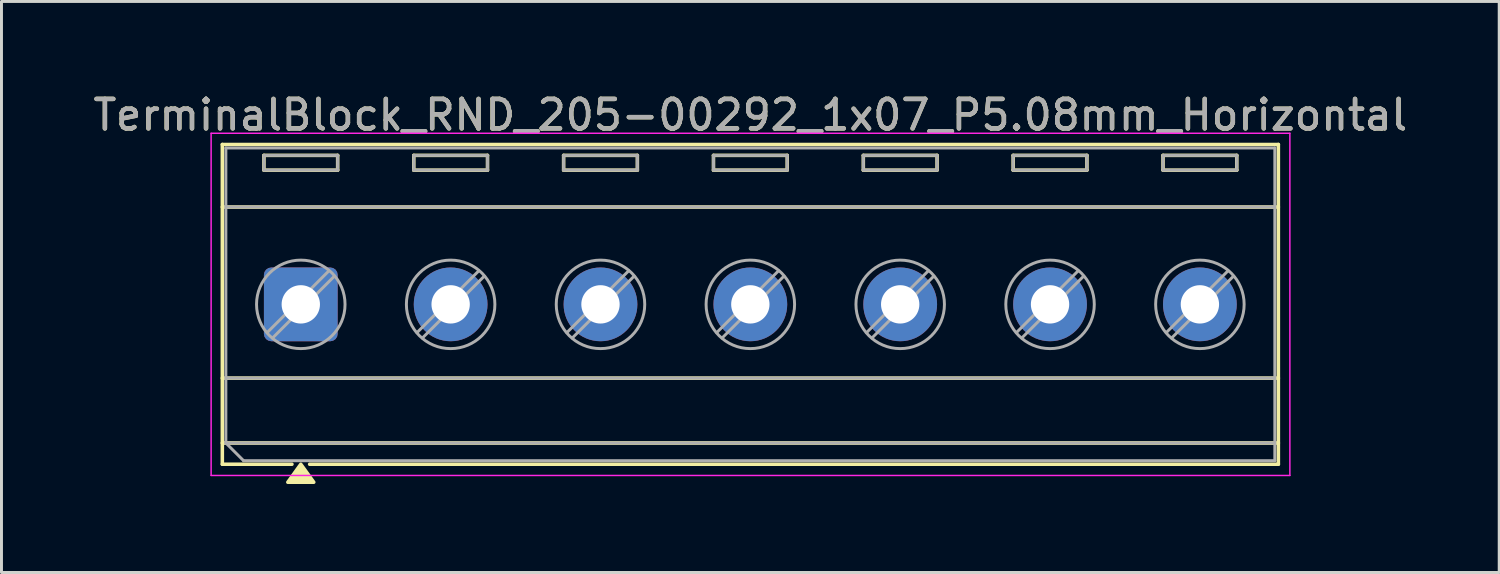
<source format=kicad_pcb>
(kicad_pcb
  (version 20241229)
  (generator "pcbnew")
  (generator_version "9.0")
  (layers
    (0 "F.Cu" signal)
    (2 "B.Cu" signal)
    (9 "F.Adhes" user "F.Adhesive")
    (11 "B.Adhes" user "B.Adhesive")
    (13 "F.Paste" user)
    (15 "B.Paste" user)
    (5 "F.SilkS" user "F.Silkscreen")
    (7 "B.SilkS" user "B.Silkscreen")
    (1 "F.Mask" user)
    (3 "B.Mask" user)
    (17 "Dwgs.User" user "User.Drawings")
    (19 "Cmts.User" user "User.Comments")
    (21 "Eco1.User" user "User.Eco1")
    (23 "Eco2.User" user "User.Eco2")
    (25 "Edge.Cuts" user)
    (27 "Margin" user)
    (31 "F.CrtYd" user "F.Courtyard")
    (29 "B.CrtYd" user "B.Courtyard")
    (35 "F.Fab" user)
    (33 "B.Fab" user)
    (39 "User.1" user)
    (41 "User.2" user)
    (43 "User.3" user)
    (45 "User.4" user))
  (footprint "TerminalBlock_RND_205-00292_1x07_P5.08mm_Horizontal"
    (layer "F.Cu")
    (at 7.147 7.268)
    (property "Reference" "TerminalBlock_RND_205-00292_1x07_P5.08mm_Horizontal" (at 15.24 -6.42 0) (layer "F.SilkS") (effects (font (size 1 1) (thickness 0.15))))
    (attr through_hole)
    (fp_line (start -2.66 -5.42) (end -2.66 5.42) (stroke (width 0.12) (type solid)) (layer "F.SilkS"))
    (fp_line (start -2.66 -5.42) (end 33.14 -5.42) (stroke (width 0.12) (type solid)) (layer "F.SilkS"))
    (fp_line (start -2.66 -3.3) (end 33.14 -3.3) (stroke (width 0.12) (type solid)) (layer "F.SilkS"))
    (fp_line (start -2.66 2.5) (end 33.14 2.5) (stroke (width 0.12) (type solid)) (layer "F.SilkS"))
    (fp_line (start -2.66 4.7) (end 33.14 4.7) (stroke (width 0.12) (type solid)) (layer "F.SilkS"))
    (fp_line (start -2.66 5.42) (end -0.3 5.42) (stroke (width 0.12) (type solid)) (layer "F.SilkS"))
    (fp_line (start -1.25 -5.05) (end -1.25 -4.55) (stroke (width 0.12) (type solid)) (layer "F.SilkS"))
    (fp_line (start -1.25 -5.05) (end 1.25 -5.05) (stroke (width 0.12) (type solid)) (layer "F.SilkS"))
    (fp_line (start -1.25 -4.55) (end 1.25 -4.55) (stroke (width 0.12) (type solid)) (layer "F.SilkS"))
    (fp_line (start 0.3 5.42) (end 33.14 5.42) (stroke (width 0.12) (type solid)) (layer "F.SilkS"))
    (fp_line (start 1.25 -5.05) (end 1.25 -4.55) (stroke (width 0.12) (type solid)) (layer "F.SilkS"))
    (fp_line (start 3.83 -5.05) (end 3.83 -4.55) (stroke (width 0.12) (type solid)) (layer "F.SilkS"))
    (fp_line (start 3.83 -5.05) (end 6.33 -5.05) (stroke (width 0.12) (type solid)) (layer "F.SilkS"))
    (fp_line (start 3.83 -4.55) (end 6.33 -4.55) (stroke (width 0.12) (type solid)) (layer "F.SilkS"))
    (fp_line (start 6.33 -5.05) (end 6.33 -4.55) (stroke (width 0.12) (type solid)) (layer "F.SilkS"))
    (fp_line (start 8.91 -5.05) (end 8.91 -4.55) (stroke (width 0.12) (type solid)) (layer "F.SilkS"))
    (fp_line (start 8.91 -5.05) (end 11.41 -5.05) (stroke (width 0.12) (type solid)) (layer "F.SilkS"))
    (fp_line (start 8.91 -4.55) (end 11.41 -4.55) (stroke (width 0.12) (type solid)) (layer "F.SilkS"))
    (fp_line (start 11.41 -5.05) (end 11.41 -4.55) (stroke (width 0.12) (type solid)) (layer "F.SilkS"))
    (fp_line (start 13.99 -5.05) (end 13.99 -4.55) (stroke (width 0.12) (type solid)) (layer "F.SilkS"))
    (fp_line (start 13.99 -5.05) (end 16.49 -5.05) (stroke (width 0.12) (type solid)) (layer "F.SilkS"))
    (fp_line (start 13.99 -4.55) (end 16.49 -4.55) (stroke (width 0.12) (type solid)) (layer "F.SilkS"))
    (fp_line (start 16.49 -5.05) (end 16.49 -4.55) (stroke (width 0.12) (type solid)) (layer "F.SilkS"))
    (fp_line (start 19.07 -5.05) (end 19.07 -4.55) (stroke (width 0.12) (type solid)) (layer "F.SilkS"))
    (fp_line (start 19.07 -5.05) (end 21.57 -5.05) (stroke (width 0.12) (type solid)) (layer "F.SilkS"))
    (fp_line (start 19.07 -4.55) (end 21.57 -4.55) (stroke (width 0.12) (type solid)) (layer "F.SilkS"))
    (fp_line (start 21.57 -5.05) (end 21.57 -4.55) (stroke (width 0.12) (type solid)) (layer "F.SilkS"))
    (fp_line (start 24.15 -5.05) (end 24.15 -4.55) (stroke (width 0.12) (type solid)) (layer "F.SilkS"))
    (fp_line (start 24.15 -5.05) (end 26.65 -5.05) (stroke (width 0.12) (type solid)) (layer "F.SilkS"))
    (fp_line (start 24.15 -4.55) (end 26.65 -4.55) (stroke (width 0.12) (type solid)) (layer "F.SilkS"))
    (fp_line (start 26.65 -5.05) (end 26.65 -4.55) (stroke (width 0.12) (type solid)) (layer "F.SilkS"))
    (fp_line (start 29.23 -5.05) (end 29.23 -4.55) (stroke (width 0.12) (type solid)) (layer "F.SilkS"))
    (fp_line (start 29.23 -5.05) (end 31.73 -5.05) (stroke (width 0.12) (type solid)) (layer "F.SilkS"))
    (fp_line (start 29.23 -4.55) (end 31.73 -4.55) (stroke (width 0.12) (type solid)) (layer "F.SilkS"))
    (fp_line (start 31.73 -5.05) (end 31.73 -4.55) (stroke (width 0.12) (type solid)) (layer "F.SilkS"))
    (fp_line (start 33.14 -5.42) (end 33.14 5.42) (stroke (width 0.12) (type solid)) (layer "F.SilkS"))
    (fp_poly (pts (xy 0 5.42) (xy 0.44 6.03) (xy -0.44 6.03)) (stroke (width 0.12) (type solid)) (fill yes) (layer "F.SilkS"))
    (fp_line (start -3.04 -5.8) (end -3.04 5.8) (stroke (width 0.05) (type solid)) (layer "F.CrtYd"))
    (fp_line (start -3.04 5.8) (end 33.53 5.8) (stroke (width 0.05) (type solid)) (layer "F.CrtYd"))
    (fp_line (start 33.53 -5.8) (end -3.04 -5.8) (stroke (width 0.05) (type solid)) (layer "F.CrtYd"))
    (fp_line (start 33.53 5.8) (end 33.53 -5.8) (stroke (width 0.05) (type solid)) (layer "F.CrtYd"))
    (fp_line (start -2.54 -5.3) (end 33.02 -5.3) (stroke (width 0.1) (type solid)) (layer "F.Fab"))
    (fp_line (start -2.54 -3.3) (end 33.02 -3.3) (stroke (width 0.1) (type solid)) (layer "F.Fab"))
    (fp_line (start -2.54 2.5) (end 33.02 2.5) (stroke (width 0.1) (type solid)) (layer "F.Fab"))
    (fp_line (start -2.54 4.7) (end -2.54 -5.3) (stroke (width 0.1) (type solid)) (layer "F.Fab"))
    (fp_line (start -2.54 4.7) (end 33.02 4.7) (stroke (width 0.1) (type solid)) (layer "F.Fab"))
    (fp_line (start -1.94 5.3) (end -2.54 4.7) (stroke (width 0.1) (type solid)) (layer "F.Fab"))
    (fp_line (start -1.25 -5.05) (end -1.25 -4.55) (stroke (width 0.1) (type solid)) (layer "F.Fab"))
    (fp_line (start -1.25 -4.55) (end 1.25 -4.55) (stroke (width 0.1) (type solid)) (layer "F.Fab"))
    (fp_line (start 0.955 -1.138) (end -1.138 0.955) (stroke (width 0.1) (type solid)) (layer "F.Fab"))
    (fp_line (start 1.138 -0.955) (end -0.955 1.138) (stroke (width 0.1) (type solid)) (layer "F.Fab"))
    (fp_line (start 1.25 -5.05) (end -1.25 -5.05) (stroke (width 0.1) (type solid)) (layer "F.Fab"))
    (fp_line (start 1.25 -4.55) (end 1.25 -5.05) (stroke (width 0.1) (type solid)) (layer "F.Fab"))
    (fp_line (start 3.83 -5.05) (end 3.83 -4.55) (stroke (width 0.1) (type solid)) (layer "F.Fab"))
    (fp_line (start 3.83 -4.55) (end 6.33 -4.55) (stroke (width 0.1) (type solid)) (layer "F.Fab"))
    (fp_line (start 6.035 -1.138) (end 3.942 0.955) (stroke (width 0.1) (type solid)) (layer "F.Fab"))
    (fp_line (start 6.218 -0.955) (end 4.125 1.138) (stroke (width 0.1) (type solid)) (layer "F.Fab"))
    (fp_line (start 6.33 -5.05) (end 3.83 -5.05) (stroke (width 0.1) (type solid)) (layer "F.Fab"))
    (fp_line (start 6.33 -4.55) (end 6.33 -5.05) (stroke (width 0.1) (type solid)) (layer "F.Fab"))
    (fp_line (start 8.91 -5.05) (end 8.91 -4.55) (stroke (width 0.1) (type solid)) (layer "F.Fab"))
    (fp_line (start 8.91 -4.55) (end 11.41 -4.55) (stroke (width 0.1) (type solid)) (layer "F.Fab"))
    (fp_line (start 11.115 -1.138) (end 9.022 0.955) (stroke (width 0.1) (type solid)) (layer "F.Fab"))
    (fp_line (start 11.298 -0.955) (end 9.205 1.138) (stroke (width 0.1) (type solid)) (layer "F.Fab"))
    (fp_line (start 11.41 -5.05) (end 8.91 -5.05) (stroke (width 0.1) (type solid)) (layer "F.Fab"))
    (fp_line (start 11.41 -4.55) (end 11.41 -5.05) (stroke (width 0.1) (type solid)) (layer "F.Fab"))
    (fp_line (start 13.99 -5.05) (end 13.99 -4.55) (stroke (width 0.1) (type solid)) (layer "F.Fab"))
    (fp_line (start 13.99 -4.55) (end 16.49 -4.55) (stroke (width 0.1) (type solid)) (layer "F.Fab"))
    (fp_line (start 16.195 -1.138) (end 14.102 0.955) (stroke (width 0.1) (type solid)) (layer "F.Fab"))
    (fp_line (start 16.378 -0.955) (end 14.285 1.138) (stroke (width 0.1) (type solid)) (layer "F.Fab"))
    (fp_line (start 16.49 -5.05) (end 13.99 -5.05) (stroke (width 0.1) (type solid)) (layer "F.Fab"))
    (fp_line (start 16.49 -4.55) (end 16.49 -5.05) (stroke (width 0.1) (type solid)) (layer "F.Fab"))
    (fp_line (start 19.07 -5.05) (end 19.07 -4.55) (stroke (width 0.1) (type solid)) (layer "F.Fab"))
    (fp_line (start 19.07 -4.55) (end 21.57 -4.55) (stroke (width 0.1) (type solid)) (layer "F.Fab"))
    (fp_line (start 21.275 -1.138) (end 19.182 0.955) (stroke (width 0.1) (type solid)) (layer "F.Fab"))
    (fp_line (start 21.458 -0.955) (end 19.365 1.138) (stroke (width 0.1) (type solid)) (layer "F.Fab"))
    (fp_line (start 21.57 -5.05) (end 19.07 -5.05) (stroke (width 0.1) (type solid)) (layer "F.Fab"))
    (fp_line (start 21.57 -4.55) (end 21.57 -5.05) (stroke (width 0.1) (type solid)) (layer "F.Fab"))
    (fp_line (start 24.15 -5.05) (end 24.15 -4.55) (stroke (width 0.1) (type solid)) (layer "F.Fab"))
    (fp_line (start 24.15 -4.55) (end 26.65 -4.55) (stroke (width 0.1) (type solid)) (layer "F.Fab"))
    (fp_line (start 26.355 -1.138) (end 24.262 0.955) (stroke (width 0.1) (type solid)) (layer "F.Fab"))
    (fp_line (start 26.538 -0.955) (end 24.445 1.138) (stroke (width 0.1) (type solid)) (layer "F.Fab"))
    (fp_line (start 26.65 -5.05) (end 24.15 -5.05) (stroke (width 0.1) (type solid)) (layer "F.Fab"))
    (fp_line (start 26.65 -4.55) (end 26.65 -5.05) (stroke (width 0.1) (type solid)) (layer "F.Fab"))
    (fp_line (start 29.23 -5.05) (end 29.23 -4.55) (stroke (width 0.1) (type solid)) (layer "F.Fab"))
    (fp_line (start 29.23 -4.55) (end 31.73 -4.55) (stroke (width 0.1) (type solid)) (layer "F.Fab"))
    (fp_line (start 31.435 -1.138) (end 29.342 0.955) (stroke (width 0.1) (type solid)) (layer "F.Fab"))
    (fp_line (start 31.618 -0.955) (end 29.525 1.138) (stroke (width 0.1) (type solid)) (layer "F.Fab"))
    (fp_line (start 31.73 -5.05) (end 29.23 -5.05) (stroke (width 0.1) (type solid)) (layer "F.Fab"))
    (fp_line (start 31.73 -4.55) (end 31.73 -5.05) (stroke (width 0.1) (type solid)) (layer "F.Fab"))
    (fp_line (start 33.02 -5.3) (end 33.02 5.3) (stroke (width 0.1) (type solid)) (layer "F.Fab"))
    (fp_line (start 33.02 5.3) (end -1.94 5.3) (stroke (width 0.1) (type solid)) (layer "F.Fab"))
    (fp_circle (center 0 0) (end 1.5 0) (stroke (width 0.1) (type solid)) (fill no) (layer "F.Fab"))
    (fp_circle (center 5.08 0) (end 6.58 0) (stroke (width 0.1) (type solid)) (fill no) (layer "F.Fab"))
    (fp_circle (center 10.16 0) (end 11.66 0) (stroke (width 0.1) (type solid)) (fill no) (layer "F.Fab"))
    (fp_circle (center 15.24 0) (end 16.74 0) (stroke (width 0.1) (type solid)) (fill no) (layer "F.Fab"))
    (fp_circle (center 20.32 0) (end 21.82 0) (stroke (width 0.1) (type solid)) (fill no) (layer "F.Fab"))
    (fp_circle (center 25.4 0) (end 26.9 0) (stroke (width 0.1) (type solid)) (fill no) (layer "F.Fab"))
    (fp_circle (center 30.48 0) (end 31.98 0) (stroke (width 0.1) (type solid)) (fill no) (layer "F.Fab"))
    (fp_text user "${REFERENCE}" (at 15.24 -6.42 0) (layer "F.Fab") (effects (font (size 1 1) (thickness 0.15))))
    (pad "1" thru_hole roundrect (at 0 0) (size 2.5 2.5) (drill 1.3) (layers "*.Cu" "*.Mask") (roundrect_rratio 0.1))
    (pad "2" thru_hole circle (at 5.08 0) (size 2.5 2.5) (drill 1.3) (layers "*.Cu" "*.Mask"))
    (pad "3" thru_hole circle (at 10.16 0) (size 2.5 2.5) (drill 1.3) (layers "*.Cu" "*.Mask"))
    (pad "4" thru_hole circle (at 15.24 0) (size 2.5 2.5) (drill 1.3) (layers "*.Cu" "*.Mask"))
    (pad "5" thru_hole circle (at 20.32 0) (size 2.5 2.5) (drill 1.3) (layers "*.Cu" "*.Mask"))
    (pad "6" thru_hole circle (at 25.4 0) (size 2.5 2.5) (drill 1.3) (layers "*.Cu" "*.Mask"))
    (pad "7" thru_hole circle (at 30.48 0) (size 2.5 2.5) (drill 1.3) (layers "*.Cu" "*.Mask")))
  (gr_rect
    (start -3 -3)
    (end 47.774 16.358)
    (stroke (width 0.1) (type default))
    (fill no)
    (layer "Edge.Cuts")))
</source>
